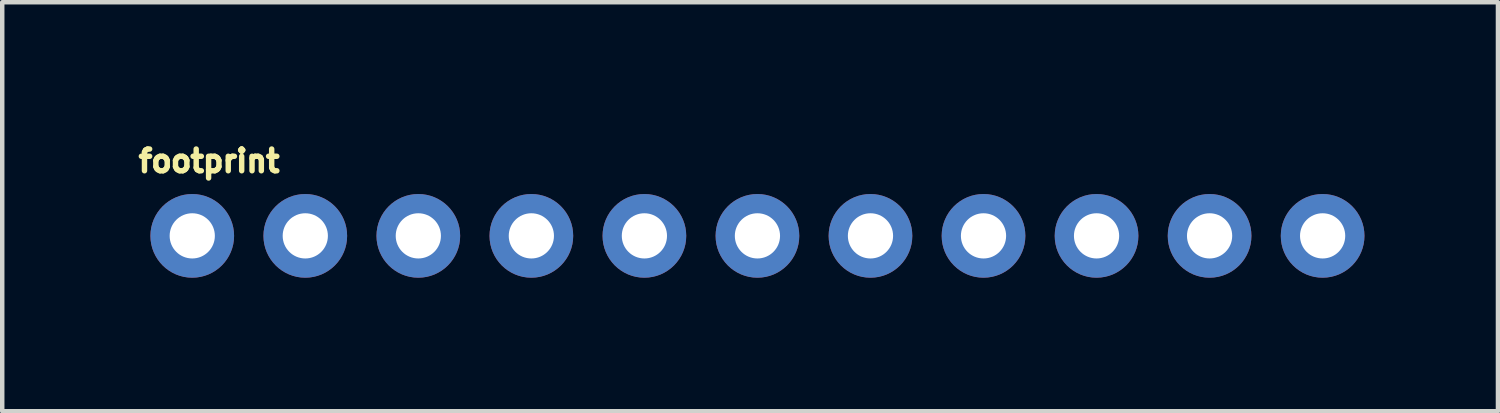
<source format=kicad_pcb>
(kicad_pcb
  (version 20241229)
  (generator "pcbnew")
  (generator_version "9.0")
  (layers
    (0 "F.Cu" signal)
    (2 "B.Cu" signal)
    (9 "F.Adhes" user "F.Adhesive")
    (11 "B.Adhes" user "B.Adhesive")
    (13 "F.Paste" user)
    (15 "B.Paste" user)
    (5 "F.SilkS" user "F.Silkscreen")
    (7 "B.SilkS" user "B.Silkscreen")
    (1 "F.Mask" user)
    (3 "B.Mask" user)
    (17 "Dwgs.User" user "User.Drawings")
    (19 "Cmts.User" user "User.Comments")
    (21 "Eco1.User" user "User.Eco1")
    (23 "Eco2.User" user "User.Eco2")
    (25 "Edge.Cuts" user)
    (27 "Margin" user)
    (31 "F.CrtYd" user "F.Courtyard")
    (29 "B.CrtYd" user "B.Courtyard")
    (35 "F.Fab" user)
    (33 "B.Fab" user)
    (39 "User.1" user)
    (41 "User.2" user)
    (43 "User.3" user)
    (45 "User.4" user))
  (footprint "footprint"
    (layer "F.Cu")
    (at 1.27 2.25)
    (property "Reference" "footprint" (at -1.27 -1.397 0) (layer "F.SilkS") (effects (font (size 0.488 0.488) (thickness 0.122)) (justify left bottom)))
    (fp_poly (pts (xy -0.254 0.254) (xy 0.254 0.254) (xy 0.254 -0.254) (xy -0.254 -0.254)) (stroke (width 0.1) (type solid)) (fill no) (layer "F.Fab"))
    (fp_poly (pts (xy 2.286 0.254) (xy 2.794 0.254) (xy 2.794 -0.254) (xy 2.286 -0.254)) (stroke (width 0.1) (type solid)) (fill no) (layer "F.Fab"))
    (fp_poly (pts (xy 4.826 0.254) (xy 5.334 0.254) (xy 5.334 -0.254) (xy 4.826 -0.254)) (stroke (width 0.1) (type solid)) (fill no) (layer "F.Fab"))
    (fp_poly (pts (xy 7.366 0.254) (xy 7.874 0.254) (xy 7.874 -0.254) (xy 7.366 -0.254)) (stroke (width 0.1) (type solid)) (fill no) (layer "F.Fab"))
    (fp_poly (pts (xy 9.906 0.254) (xy 10.414 0.254) (xy 10.414 -0.254) (xy 9.906 -0.254)) (stroke (width 0.1) (type solid)) (fill no) (layer "F.Fab"))
    (fp_poly (pts (xy 12.446 0.254) (xy 12.954 0.254) (xy 12.954 -0.254) (xy 12.446 -0.254)) (stroke (width 0.1) (type solid)) (fill no) (layer "F.Fab"))
    (fp_poly (pts (xy 14.986 0.254) (xy 15.494 0.254) (xy 15.494 -0.254) (xy 14.986 -0.254)) (stroke (width 0.1) (type solid)) (fill no) (layer "F.Fab"))
    (fp_poly (pts (xy 17.526 0.254) (xy 18.034 0.254) (xy 18.034 -0.254) (xy 17.526 -0.254)) (stroke (width 0.1) (type solid)) (fill no) (layer "F.Fab"))
    (fp_poly (pts (xy 20.066 0.254) (xy 20.574 0.254) (xy 20.574 -0.254) (xy 20.066 -0.254)) (stroke (width 0.1) (type solid)) (fill no) (layer "F.Fab"))
    (fp_poly (pts (xy 22.606 0.254) (xy 23.114 0.254) (xy 23.114 -0.254) (xy 22.606 -0.254)) (stroke (width 0.1) (type solid)) (fill no) (layer "F.Fab"))
    (fp_poly (pts (xy 25.146 0.254) (xy 25.654 0.254) (xy 25.654 -0.254) (xy 25.146 -0.254)) (stroke (width 0.1) (type solid)) (fill no) (layer "F.Fab"))
    (pad "1" thru_hole circle (at 0 0 90) (size 1.88 1.88) (drill 1.016) (layers "*.Cu" "*.Mask"))
    (pad "2" thru_hole circle (at 2.54 0 90) (size 1.88 1.88) (drill 1.016) (layers "*.Cu" "*.Mask"))
    (pad "3" thru_hole circle (at 5.08 0 90) (size 1.88 1.88) (drill 1.016) (layers "*.Cu" "*.Mask"))
    (pad "4" thru_hole circle (at 7.62 0 90) (size 1.88 1.88) (drill 1.016) (layers "*.Cu" "*.Mask"))
    (pad "5" thru_hole circle (at 10.16 0 90) (size 1.88 1.88) (drill 1.016) (layers "*.Cu" "*.Mask"))
    (pad "6" thru_hole circle (at 12.7 0 90) (size 1.88 1.88) (drill 1.016) (layers "*.Cu" "*.Mask"))
    (pad "7" thru_hole circle (at 15.24 0 90) (size 1.88 1.88) (drill 1.016) (layers "*.Cu" "*.Mask"))
    (pad "8" thru_hole circle (at 17.78 0 90) (size 1.88 1.88) (drill 1.016) (layers "*.Cu" "*.Mask"))
    (pad "9" thru_hole circle (at 20.32 0 90) (size 1.88 1.88) (drill 1.016) (layers "*.Cu" "*.Mask"))
    (pad "10" thru_hole circle (at 22.86 0 90) (size 1.88 1.88) (drill 1.016) (layers "*.Cu" "*.Mask"))
    (pad "11" thru_hole circle (at 25.4 0 90) (size 1.88 1.88) (drill 1.016) (layers "*.Cu" "*.Mask")))
  (gr_rect
    (start -3 -3)
    (end 30.61 6.19)
    (stroke (width 0.1) (type default))
    (fill no)
    (layer "Edge.Cuts")))
</source>
